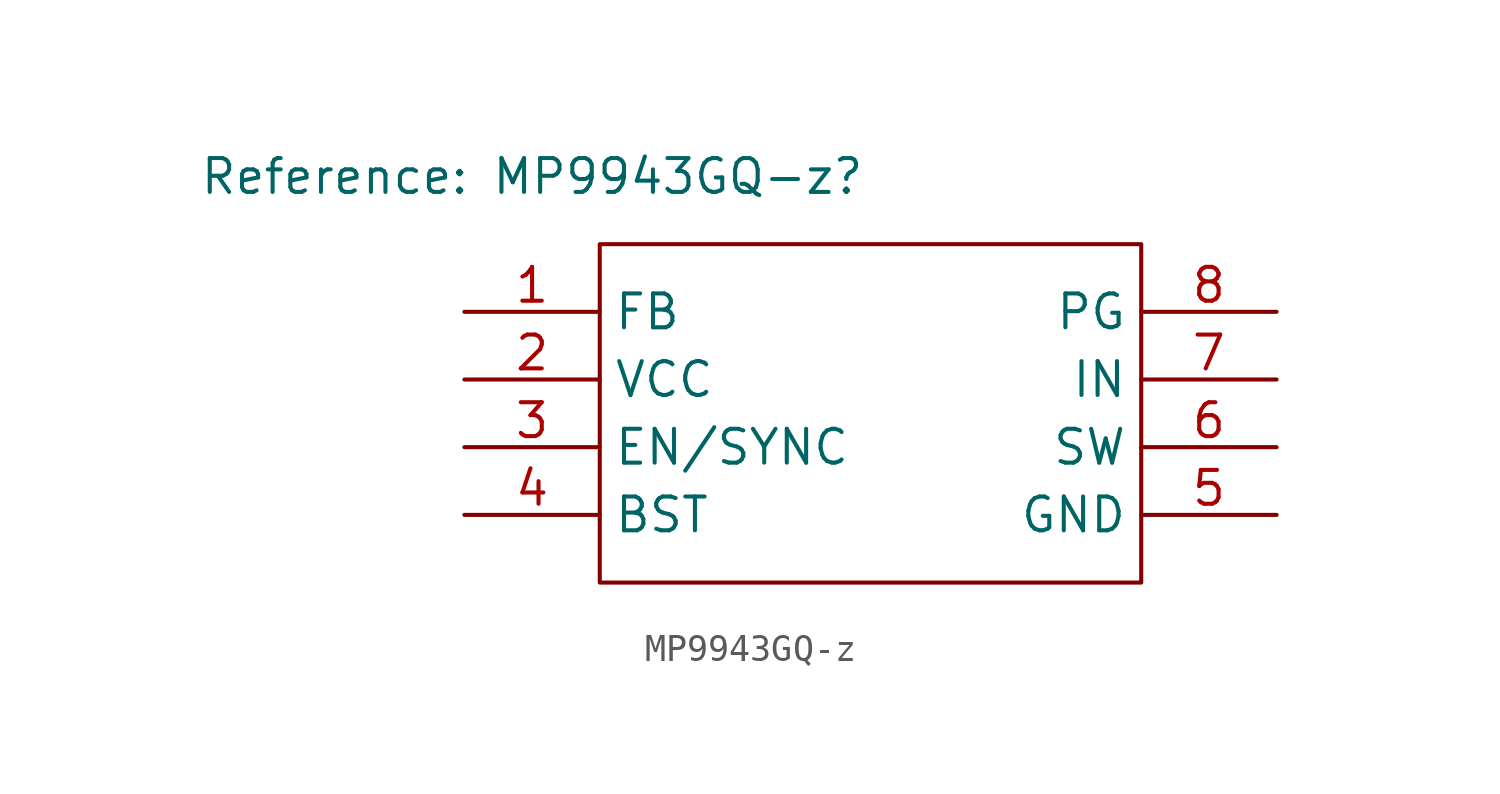
<source format=kicad_sym>
(kicad_symbol_lib
  (version 20241209)
  (generator "kicad_symbol_editor")
  (generator_version "9.0")
  (symbol "MP9943GQ-z"
    (property "Reference" "MP9943GQ-z"
      (at 0 0 0)
      (show_name)
      (effects (font (size 1.27 1.27))))
    (property "Value" ""
      (at 0 0 0)
      (effects (font (size 1.27 1.27))))
    (symbol "MP9943GQ-z_0_1"
      (rectangle (start 2.54 -2.54) (end 22.86 -15.24) (stroke (width 0) (type default)) (fill (type none))))
    (symbol "MP9943GQ-z_1_1"
      (pin bidirectional line (at -2.54 -5.08 0) (length 5.08) (name "FB" (effects (font (size 1.27 1.27)))) (number "1" (effects (font (size 1.27 1.27)))))
      (pin bidirectional line (at -2.54 -7.62 0) (length 5.08) (name "VCC" (effects (font (size 1.27 1.27)))) (number "2" (effects (font (size 1.27 1.27)))))
      (pin bidirectional line (at -2.54 -10.16 0) (length 5.08) (name "EN/SYNC" (effects (font (size 1.27 1.27)))) (number "3" (effects (font (size 1.27 1.27)))))
      (pin bidirectional line (at -2.54 -12.7 0) (length 5.08) (name "BST" (effects (font (size 1.27 1.27)))) (number "4" (effects (font (size 1.27 1.27)))))
      (pin bidirectional line (at 27.94 -5.08 180) (length 5.08) (name "PG" (effects (font (size 1.27 1.27)))) (number "8" (effects (font (size 1.27 1.27)))))
      (pin bidirectional line (at 27.94 -7.62 180) (length 5.08) (name "IN" (effects (font (size 1.27 1.27)))) (number "7" (effects (font (size 1.27 1.27)))))
      (pin bidirectional line (at 27.94 -10.16 180) (length 5.08) (name "SW" (effects (font (size 1.27 1.27)))) (number "6" (effects (font (size 1.27 1.27)))))
      (pin bidirectional line (at 27.94 -12.7 180) (length 5.08) (name "GND" (effects (font (size 1.27 1.27)))) (number "5" (effects (font (size 1.27 1.27))))))))
</source>
